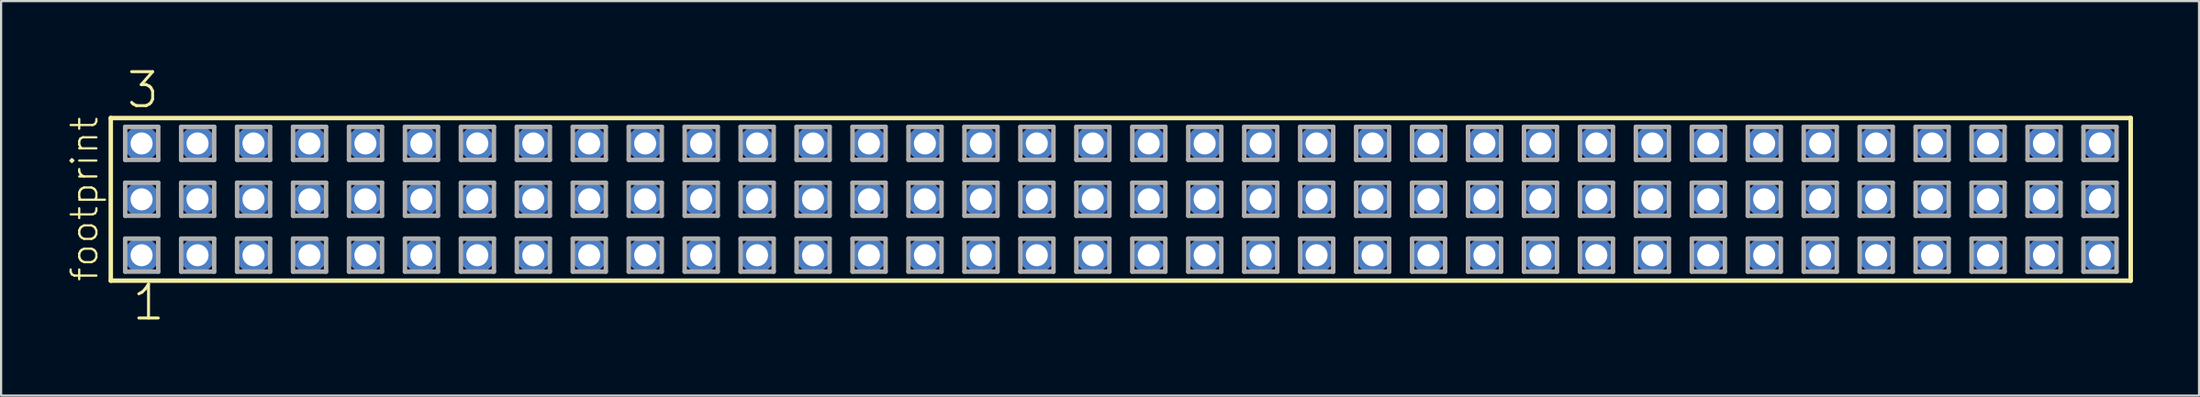
<source format=kicad_pcb>
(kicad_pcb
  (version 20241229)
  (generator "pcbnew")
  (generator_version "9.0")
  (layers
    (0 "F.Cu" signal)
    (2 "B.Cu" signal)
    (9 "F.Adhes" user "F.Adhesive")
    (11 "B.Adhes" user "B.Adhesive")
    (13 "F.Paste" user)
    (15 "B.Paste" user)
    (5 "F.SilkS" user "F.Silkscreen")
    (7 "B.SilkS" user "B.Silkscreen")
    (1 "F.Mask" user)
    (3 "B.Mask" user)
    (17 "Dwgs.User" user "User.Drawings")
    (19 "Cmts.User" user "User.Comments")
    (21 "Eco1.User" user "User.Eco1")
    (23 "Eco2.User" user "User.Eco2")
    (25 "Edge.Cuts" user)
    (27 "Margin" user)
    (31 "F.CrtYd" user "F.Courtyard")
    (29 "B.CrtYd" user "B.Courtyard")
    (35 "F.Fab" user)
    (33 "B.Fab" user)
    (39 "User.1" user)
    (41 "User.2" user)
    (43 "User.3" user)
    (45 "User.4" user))
  (footprint "footprint"
    (layer "F.Cu")
    (at 47.828 6.009)
    (property "Reference" "footprint" (at -46.355 3.81 90) (layer "F.SilkS") (effects (font (size 1.168 1.168) (thickness 0.102)) (justify left bottom)))
    (fp_line (start -45.849 -3.695) (end 45.849 -3.695) (stroke (width 0.203) (type solid)) (layer "F.SilkS"))
    (fp_line (start -45.849 3.695) (end -45.849 -3.695) (stroke (width 0.203) (type solid)) (layer "F.SilkS"))
    (fp_line (start 45.849 -3.695) (end 45.849 3.695) (stroke (width 0.203) (type solid)) (layer "F.SilkS"))
    (fp_line (start 45.849 3.695) (end -45.849 3.695) (stroke (width 0.203) (type solid)) (layer "F.SilkS"))
    (fp_line (start -45.195 -3.295) (end -43.695 -3.295) (stroke (width 0.203) (type solid)) (layer "F.Fab"))
    (fp_line (start -45.195 -1.795) (end -45.195 -3.295) (stroke (width 0.203) (type solid)) (layer "F.Fab"))
    (fp_line (start -45.195 -0.755) (end -43.695 -0.755) (stroke (width 0.203) (type solid)) (layer "F.Fab"))
    (fp_line (start -45.195 0.745) (end -45.195 -0.755) (stroke (width 0.203) (type solid)) (layer "F.Fab"))
    (fp_line (start -45.195 1.785) (end -43.695 1.785) (stroke (width 0.203) (type solid)) (layer "F.Fab"))
    (fp_line (start -45.195 3.285) (end -45.195 1.785) (stroke (width 0.203) (type solid)) (layer "F.Fab"))
    (fp_line (start -43.695 -3.295) (end -43.695 -1.795) (stroke (width 0.203) (type solid)) (layer "F.Fab"))
    (fp_line (start -43.695 -1.795) (end -45.195 -1.795) (stroke (width 0.203) (type solid)) (layer "F.Fab"))
    (fp_line (start -43.695 -0.755) (end -43.695 0.745) (stroke (width 0.203) (type solid)) (layer "F.Fab"))
    (fp_line (start -43.695 0.745) (end -45.195 0.745) (stroke (width 0.203) (type solid)) (layer "F.Fab"))
    (fp_line (start -43.695 1.785) (end -43.695 3.285) (stroke (width 0.203) (type solid)) (layer "F.Fab"))
    (fp_line (start -43.695 3.285) (end -45.195 3.285) (stroke (width 0.203) (type solid)) (layer "F.Fab"))
    (fp_line (start -42.655 -3.295) (end -41.155 -3.295) (stroke (width 0.203) (type solid)) (layer "F.Fab"))
    (fp_line (start -42.655 -1.795) (end -42.655 -3.295) (stroke (width 0.203) (type solid)) (layer "F.Fab"))
    (fp_line (start -42.655 -0.755) (end -41.155 -0.755) (stroke (width 0.203) (type solid)) (layer "F.Fab"))
    (fp_line (start -42.655 0.745) (end -42.655 -0.755) (stroke (width 0.203) (type solid)) (layer "F.Fab"))
    (fp_line (start -42.655 1.785) (end -41.155 1.785) (stroke (width 0.203) (type solid)) (layer "F.Fab"))
    (fp_line (start -42.655 3.285) (end -42.655 1.785) (stroke (width 0.203) (type solid)) (layer "F.Fab"))
    (fp_line (start -41.155 -3.295) (end -41.155 -1.795) (stroke (width 0.203) (type solid)) (layer "F.Fab"))
    (fp_line (start -41.155 -1.795) (end -42.655 -1.795) (stroke (width 0.203) (type solid)) (layer "F.Fab"))
    (fp_line (start -41.155 -0.755) (end -41.155 0.745) (stroke (width 0.203) (type solid)) (layer "F.Fab"))
    (fp_line (start -41.155 0.745) (end -42.655 0.745) (stroke (width 0.203) (type solid)) (layer "F.Fab"))
    (fp_line (start -41.155 1.785) (end -41.155 3.285) (stroke (width 0.203) (type solid)) (layer "F.Fab"))
    (fp_line (start -41.155 3.285) (end -42.655 3.285) (stroke (width 0.203) (type solid)) (layer "F.Fab"))
    (fp_line (start -40.115 -3.295) (end -38.615 -3.295) (stroke (width 0.203) (type solid)) (layer "F.Fab"))
    (fp_line (start -40.115 -1.795) (end -40.115 -3.295) (stroke (width 0.203) (type solid)) (layer "F.Fab"))
    (fp_line (start -40.115 -0.755) (end -38.615 -0.755) (stroke (width 0.203) (type solid)) (layer "F.Fab"))
    (fp_line (start -40.115 0.745) (end -40.115 -0.755) (stroke (width 0.203) (type solid)) (layer "F.Fab"))
    (fp_line (start -40.115 1.785) (end -38.615 1.785) (stroke (width 0.203) (type solid)) (layer "F.Fab"))
    (fp_line (start -40.115 3.285) (end -40.115 1.785) (stroke (width 0.203) (type solid)) (layer "F.Fab"))
    (fp_line (start -38.615 -3.295) (end -38.615 -1.795) (stroke (width 0.203) (type solid)) (layer "F.Fab"))
    (fp_line (start -38.615 -1.795) (end -40.115 -1.795) (stroke (width 0.203) (type solid)) (layer "F.Fab"))
    (fp_line (start -38.615 -0.755) (end -38.615 0.745) (stroke (width 0.203) (type solid)) (layer "F.Fab"))
    (fp_line (start -38.615 0.745) (end -40.115 0.745) (stroke (width 0.203) (type solid)) (layer "F.Fab"))
    (fp_line (start -38.615 1.785) (end -38.615 3.285) (stroke (width 0.203) (type solid)) (layer "F.Fab"))
    (fp_line (start -38.615 3.285) (end -40.115 3.285) (stroke (width 0.203) (type solid)) (layer "F.Fab"))
    (fp_line (start -37.575 -3.295) (end -36.075 -3.295) (stroke (width 0.203) (type solid)) (layer "F.Fab"))
    (fp_line (start -37.575 -1.795) (end -37.575 -3.295) (stroke (width 0.203) (type solid)) (layer "F.Fab"))
    (fp_line (start -37.575 -0.755) (end -36.075 -0.755) (stroke (width 0.203) (type solid)) (layer "F.Fab"))
    (fp_line (start -37.575 0.745) (end -37.575 -0.755) (stroke (width 0.203) (type solid)) (layer "F.Fab"))
    (fp_line (start -37.575 1.785) (end -36.075 1.785) (stroke (width 0.203) (type solid)) (layer "F.Fab"))
    (fp_line (start -37.575 3.285) (end -37.575 1.785) (stroke (width 0.203) (type solid)) (layer "F.Fab"))
    (fp_line (start -36.075 -3.295) (end -36.075 -1.795) (stroke (width 0.203) (type solid)) (layer "F.Fab"))
    (fp_line (start -36.075 -1.795) (end -37.575 -1.795) (stroke (width 0.203) (type solid)) (layer "F.Fab"))
    (fp_line (start -36.075 -0.755) (end -36.075 0.745) (stroke (width 0.203) (type solid)) (layer "F.Fab"))
    (fp_line (start -36.075 0.745) (end -37.575 0.745) (stroke (width 0.203) (type solid)) (layer "F.Fab"))
    (fp_line (start -36.075 1.785) (end -36.075 3.285) (stroke (width 0.203) (type solid)) (layer "F.Fab"))
    (fp_line (start -36.075 3.285) (end -37.575 3.285) (stroke (width 0.203) (type solid)) (layer "F.Fab"))
    (fp_line (start -35.035 -3.295) (end -33.535 -3.295) (stroke (width 0.203) (type solid)) (layer "F.Fab"))
    (fp_line (start -35.035 -1.795) (end -35.035 -3.295) (stroke (width 0.203) (type solid)) (layer "F.Fab"))
    (fp_line (start -35.035 -0.755) (end -33.535 -0.755) (stroke (width 0.203) (type solid)) (layer "F.Fab"))
    (fp_line (start -35.035 0.745) (end -35.035 -0.755) (stroke (width 0.203) (type solid)) (layer "F.Fab"))
    (fp_line (start -35.035 1.785) (end -33.535 1.785) (stroke (width 0.203) (type solid)) (layer "F.Fab"))
    (fp_line (start -35.035 3.285) (end -35.035 1.785) (stroke (width 0.203) (type solid)) (layer "F.Fab"))
    (fp_line (start -33.535 -3.295) (end -33.535 -1.795) (stroke (width 0.203) (type solid)) (layer "F.Fab"))
    (fp_line (start -33.535 -1.795) (end -35.035 -1.795) (stroke (width 0.203) (type solid)) (layer "F.Fab"))
    (fp_line (start -33.535 -0.755) (end -33.535 0.745) (stroke (width 0.203) (type solid)) (layer "F.Fab"))
    (fp_line (start -33.535 0.745) (end -35.035 0.745) (stroke (width 0.203) (type solid)) (layer "F.Fab"))
    (fp_line (start -33.535 1.785) (end -33.535 3.285) (stroke (width 0.203) (type solid)) (layer "F.Fab"))
    (fp_line (start -33.535 3.285) (end -35.035 3.285) (stroke (width 0.203) (type solid)) (layer "F.Fab"))
    (fp_line (start -32.495 -3.295) (end -30.995 -3.295) (stroke (width 0.203) (type solid)) (layer "F.Fab"))
    (fp_line (start -32.495 -1.795) (end -32.495 -3.295) (stroke (width 0.203) (type solid)) (layer "F.Fab"))
    (fp_line (start -32.495 -0.755) (end -30.995 -0.755) (stroke (width 0.203) (type solid)) (layer "F.Fab"))
    (fp_line (start -32.495 0.745) (end -32.495 -0.755) (stroke (width 0.203) (type solid)) (layer "F.Fab"))
    (fp_line (start -32.495 1.785) (end -30.995 1.785) (stroke (width 0.203) (type solid)) (layer "F.Fab"))
    (fp_line (start -32.495 3.285) (end -32.495 1.785) (stroke (width 0.203) (type solid)) (layer "F.Fab"))
    (fp_line (start -30.995 -3.295) (end -30.995 -1.795) (stroke (width 0.203) (type solid)) (layer "F.Fab"))
    (fp_line (start -30.995 -1.795) (end -32.495 -1.795) (stroke (width 0.203) (type solid)) (layer "F.Fab"))
    (fp_line (start -30.995 -0.755) (end -30.995 0.745) (stroke (width 0.203) (type solid)) (layer "F.Fab"))
    (fp_line (start -30.995 0.745) (end -32.495 0.745) (stroke (width 0.203) (type solid)) (layer "F.Fab"))
    (fp_line (start -30.995 1.785) (end -30.995 3.285) (stroke (width 0.203) (type solid)) (layer "F.Fab"))
    (fp_line (start -30.995 3.285) (end -32.495 3.285) (stroke (width 0.203) (type solid)) (layer "F.Fab"))
    (fp_line (start -29.955 -3.295) (end -28.455 -3.295) (stroke (width 0.203) (type solid)) (layer "F.Fab"))
    (fp_line (start -29.955 -1.795) (end -29.955 -3.295) (stroke (width 0.203) (type solid)) (layer "F.Fab"))
    (fp_line (start -29.955 -0.755) (end -28.455 -0.755) (stroke (width 0.203) (type solid)) (layer "F.Fab"))
    (fp_line (start -29.955 0.745) (end -29.955 -0.755) (stroke (width 0.203) (type solid)) (layer "F.Fab"))
    (fp_line (start -29.955 1.785) (end -28.455 1.785) (stroke (width 0.203) (type solid)) (layer "F.Fab"))
    (fp_line (start -29.955 3.285) (end -29.955 1.785) (stroke (width 0.203) (type solid)) (layer "F.Fab"))
    (fp_line (start -28.455 -3.295) (end -28.455 -1.795) (stroke (width 0.203) (type solid)) (layer "F.Fab"))
    (fp_line (start -28.455 -1.795) (end -29.955 -1.795) (stroke (width 0.203) (type solid)) (layer "F.Fab"))
    (fp_line (start -28.455 -0.755) (end -28.455 0.745) (stroke (width 0.203) (type solid)) (layer "F.Fab"))
    (fp_line (start -28.455 0.745) (end -29.955 0.745) (stroke (width 0.203) (type solid)) (layer "F.Fab"))
    (fp_line (start -28.455 1.785) (end -28.455 3.285) (stroke (width 0.203) (type solid)) (layer "F.Fab"))
    (fp_line (start -28.455 3.285) (end -29.955 3.285) (stroke (width 0.203) (type solid)) (layer "F.Fab"))
    (fp_line (start -27.415 -3.295) (end -25.915 -3.295) (stroke (width 0.203) (type solid)) (layer "F.Fab"))
    (fp_line (start -27.415 -1.795) (end -27.415 -3.295) (stroke (width 0.203) (type solid)) (layer "F.Fab"))
    (fp_line (start -27.415 -0.755) (end -25.915 -0.755) (stroke (width 0.203) (type solid)) (layer "F.Fab"))
    (fp_line (start -27.415 0.745) (end -27.415 -0.755) (stroke (width 0.203) (type solid)) (layer "F.Fab"))
    (fp_line (start -27.415 1.785) (end -25.915 1.785) (stroke (width 0.203) (type solid)) (layer "F.Fab"))
    (fp_line (start -27.415 3.285) (end -27.415 1.785) (stroke (width 0.203) (type solid)) (layer "F.Fab"))
    (fp_line (start -25.915 -3.295) (end -25.915 -1.795) (stroke (width 0.203) (type solid)) (layer "F.Fab"))
    (fp_line (start -25.915 -1.795) (end -27.415 -1.795) (stroke (width 0.203) (type solid)) (layer "F.Fab"))
    (fp_line (start -25.915 -0.755) (end -25.915 0.745) (stroke (width 0.203) (type solid)) (layer "F.Fab"))
    (fp_line (start -25.915 0.745) (end -27.415 0.745) (stroke (width 0.203) (type solid)) (layer "F.Fab"))
    (fp_line (start -25.915 1.785) (end -25.915 3.285) (stroke (width 0.203) (type solid)) (layer "F.Fab"))
    (fp_line (start -25.915 3.285) (end -27.415 3.285) (stroke (width 0.203) (type solid)) (layer "F.Fab"))
    (fp_line (start -24.875 -3.295) (end -23.375 -3.295) (stroke (width 0.203) (type solid)) (layer "F.Fab"))
    (fp_line (start -24.875 -1.795) (end -24.875 -3.295) (stroke (width 0.203) (type solid)) (layer "F.Fab"))
    (fp_line (start -24.875 -0.755) (end -23.375 -0.755) (stroke (width 0.203) (type solid)) (layer "F.Fab"))
    (fp_line (start -24.875 0.745) (end -24.875 -0.755) (stroke (width 0.203) (type solid)) (layer "F.Fab"))
    (fp_line (start -24.875 1.785) (end -23.375 1.785) (stroke (width 0.203) (type solid)) (layer "F.Fab"))
    (fp_line (start -24.875 3.285) (end -24.875 1.785) (stroke (width 0.203) (type solid)) (layer "F.Fab"))
    (fp_line (start -23.375 -3.295) (end -23.375 -1.795) (stroke (width 0.203) (type solid)) (layer "F.Fab"))
    (fp_line (start -23.375 -1.795) (end -24.875 -1.795) (stroke (width 0.203) (type solid)) (layer "F.Fab"))
    (fp_line (start -23.375 -0.755) (end -23.375 0.745) (stroke (width 0.203) (type solid)) (layer "F.Fab"))
    (fp_line (start -23.375 0.745) (end -24.875 0.745) (stroke (width 0.203) (type solid)) (layer "F.Fab"))
    (fp_line (start -23.375 1.785) (end -23.375 3.285) (stroke (width 0.203) (type solid)) (layer "F.Fab"))
    (fp_line (start -23.375 3.285) (end -24.875 3.285) (stroke (width 0.203) (type solid)) (layer "F.Fab"))
    (fp_line (start -22.335 -3.295) (end -20.835 -3.295) (stroke (width 0.203) (type solid)) (layer "F.Fab"))
    (fp_line (start -22.335 -1.795) (end -22.335 -3.295) (stroke (width 0.203) (type solid)) (layer "F.Fab"))
    (fp_line (start -22.335 -0.755) (end -20.835 -0.755) (stroke (width 0.203) (type solid)) (layer "F.Fab"))
    (fp_line (start -22.335 0.745) (end -22.335 -0.755) (stroke (width 0.203) (type solid)) (layer "F.Fab"))
    (fp_line (start -22.335 1.785) (end -20.835 1.785) (stroke (width 0.203) (type solid)) (layer "F.Fab"))
    (fp_line (start -22.335 3.285) (end -22.335 1.785) (stroke (width 0.203) (type solid)) (layer "F.Fab"))
    (fp_line (start -20.835 -3.295) (end -20.835 -1.795) (stroke (width 0.203) (type solid)) (layer "F.Fab"))
    (fp_line (start -20.835 -1.795) (end -22.335 -1.795) (stroke (width 0.203) (type solid)) (layer "F.Fab"))
    (fp_line (start -20.835 -0.755) (end -20.835 0.745) (stroke (width 0.203) (type solid)) (layer "F.Fab"))
    (fp_line (start -20.835 0.745) (end -22.335 0.745) (stroke (width 0.203) (type solid)) (layer "F.Fab"))
    (fp_line (start -20.835 1.785) (end -20.835 3.285) (stroke (width 0.203) (type solid)) (layer "F.Fab"))
    (fp_line (start -20.835 3.285) (end -22.335 3.285) (stroke (width 0.203) (type solid)) (layer "F.Fab"))
    (fp_line (start -19.795 -3.295) (end -18.295 -3.295) (stroke (width 0.203) (type solid)) (layer "F.Fab"))
    (fp_line (start -19.795 -1.795) (end -19.795 -3.295) (stroke (width 0.203) (type solid)) (layer "F.Fab"))
    (fp_line (start -19.795 -0.755) (end -18.295 -0.755) (stroke (width 0.203) (type solid)) (layer "F.Fab"))
    (fp_line (start -19.795 0.745) (end -19.795 -0.755) (stroke (width 0.203) (type solid)) (layer "F.Fab"))
    (fp_line (start -19.795 1.785) (end -18.295 1.785) (stroke (width 0.203) (type solid)) (layer "F.Fab"))
    (fp_line (start -19.795 3.285) (end -19.795 1.785) (stroke (width 0.203) (type solid)) (layer "F.Fab"))
    (fp_line (start -18.295 -3.295) (end -18.295 -1.795) (stroke (width 0.203) (type solid)) (layer "F.Fab"))
    (fp_line (start -18.295 -1.795) (end -19.795 -1.795) (stroke (width 0.203) (type solid)) (layer "F.Fab"))
    (fp_line (start -18.295 -0.755) (end -18.295 0.745) (stroke (width 0.203) (type solid)) (layer "F.Fab"))
    (fp_line (start -18.295 0.745) (end -19.795 0.745) (stroke (width 0.203) (type solid)) (layer "F.Fab"))
    (fp_line (start -18.295 1.785) (end -18.295 3.285) (stroke (width 0.203) (type solid)) (layer "F.Fab"))
    (fp_line (start -18.295 3.285) (end -19.795 3.285) (stroke (width 0.203) (type solid)) (layer "F.Fab"))
    (fp_line (start -17.255 -3.295) (end -15.755 -3.295) (stroke (width 0.203) (type solid)) (layer "F.Fab"))
    (fp_line (start -17.255 -1.795) (end -17.255 -3.295) (stroke (width 0.203) (type solid)) (layer "F.Fab"))
    (fp_line (start -17.255 -0.755) (end -15.755 -0.755) (stroke (width 0.203) (type solid)) (layer "F.Fab"))
    (fp_line (start -17.255 0.745) (end -17.255 -0.755) (stroke (width 0.203) (type solid)) (layer "F.Fab"))
    (fp_line (start -17.255 1.785) (end -15.755 1.785) (stroke (width 0.203) (type solid)) (layer "F.Fab"))
    (fp_line (start -17.255 3.285) (end -17.255 1.785) (stroke (width 0.203) (type solid)) (layer "F.Fab"))
    (fp_line (start -15.755 -3.295) (end -15.755 -1.795) (stroke (width 0.203) (type solid)) (layer "F.Fab"))
    (fp_line (start -15.755 -1.795) (end -17.255 -1.795) (stroke (width 0.203) (type solid)) (layer "F.Fab"))
    (fp_line (start -15.755 -0.755) (end -15.755 0.745) (stroke (width 0.203) (type solid)) (layer "F.Fab"))
    (fp_line (start -15.755 0.745) (end -17.255 0.745) (stroke (width 0.203) (type solid)) (layer "F.Fab"))
    (fp_line (start -15.755 1.785) (end -15.755 3.285) (stroke (width 0.203) (type solid)) (layer "F.Fab"))
    (fp_line (start -15.755 3.285) (end -17.255 3.285) (stroke (width 0.203) (type solid)) (layer "F.Fab"))
    (fp_line (start -14.715 -3.295) (end -13.215 -3.295) (stroke (width 0.203) (type solid)) (layer "F.Fab"))
    (fp_line (start -14.715 -1.795) (end -14.715 -3.295) (stroke (width 0.203) (type solid)) (layer "F.Fab"))
    (fp_line (start -14.715 -0.755) (end -13.215 -0.755) (stroke (width 0.203) (type solid)) (layer "F.Fab"))
    (fp_line (start -14.715 0.745) (end -14.715 -0.755) (stroke (width 0.203) (type solid)) (layer "F.Fab"))
    (fp_line (start -14.715 1.785) (end -13.215 1.785) (stroke (width 0.203) (type solid)) (layer "F.Fab"))
    (fp_line (start -14.715 3.285) (end -14.715 1.785) (stroke (width 0.203) (type solid)) (layer "F.Fab"))
    (fp_line (start -13.215 -3.295) (end -13.215 -1.795) (stroke (width 0.203) (type solid)) (layer "F.Fab"))
    (fp_line (start -13.215 -1.795) (end -14.715 -1.795) (stroke (width 0.203) (type solid)) (layer "F.Fab"))
    (fp_line (start -13.215 -0.755) (end -13.215 0.745) (stroke (width 0.203) (type solid)) (layer "F.Fab"))
    (fp_line (start -13.215 0.745) (end -14.715 0.745) (stroke (width 0.203) (type solid)) (layer "F.Fab"))
    (fp_line (start -13.215 1.785) (end -13.215 3.285) (stroke (width 0.203) (type solid)) (layer "F.Fab"))
    (fp_line (start -13.215 3.285) (end -14.715 3.285) (stroke (width 0.203) (type solid)) (layer "F.Fab"))
    (fp_line (start -12.175 -3.295) (end -10.675 -3.295) (stroke (width 0.203) (type solid)) (layer "F.Fab"))
    (fp_line (start -12.175 -1.795) (end -12.175 -3.295) (stroke (width 0.203) (type solid)) (layer "F.Fab"))
    (fp_line (start -12.175 -0.755) (end -10.675 -0.755) (stroke (width 0.203) (type solid)) (layer "F.Fab"))
    (fp_line (start -12.175 0.745) (end -12.175 -0.755) (stroke (width 0.203) (type solid)) (layer "F.Fab"))
    (fp_line (start -12.175 1.785) (end -10.675 1.785) (stroke (width 0.203) (type solid)) (layer "F.Fab"))
    (fp_line (start -12.175 3.285) (end -12.175 1.785) (stroke (width 0.203) (type solid)) (layer "F.Fab"))
    (fp_line (start -10.675 -3.295) (end -10.675 -1.795) (stroke (width 0.203) (type solid)) (layer "F.Fab"))
    (fp_line (start -10.675 -1.795) (end -12.175 -1.795) (stroke (width 0.203) (type solid)) (layer "F.Fab"))
    (fp_line (start -10.675 -0.755) (end -10.675 0.745) (stroke (width 0.203) (type solid)) (layer "F.Fab"))
    (fp_line (start -10.675 0.745) (end -12.175 0.745) (stroke (width 0.203) (type solid)) (layer "F.Fab"))
    (fp_line (start -10.675 1.785) (end -10.675 3.285) (stroke (width 0.203) (type solid)) (layer "F.Fab"))
    (fp_line (start -10.675 3.285) (end -12.175 3.285) (stroke (width 0.203) (type solid)) (layer "F.Fab"))
    (fp_line (start -9.635 -3.295) (end -8.135 -3.295) (stroke (width 0.203) (type solid)) (layer "F.Fab"))
    (fp_line (start -9.635 -1.795) (end -9.635 -3.295) (stroke (width 0.203) (type solid)) (layer "F.Fab"))
    (fp_line (start -9.635 -0.755) (end -8.135 -0.755) (stroke (width 0.203) (type solid)) (layer "F.Fab"))
    (fp_line (start -9.635 0.745) (end -9.635 -0.755) (stroke (width 0.203) (type solid)) (layer "F.Fab"))
    (fp_line (start -9.635 1.785) (end -8.135 1.785) (stroke (width 0.203) (type solid)) (layer "F.Fab"))
    (fp_line (start -9.635 3.285) (end -9.635 1.785) (stroke (width 0.203) (type solid)) (layer "F.Fab"))
    (fp_line (start -8.135 -3.295) (end -8.135 -1.795) (stroke (width 0.203) (type solid)) (layer "F.Fab"))
    (fp_line (start -8.135 -1.795) (end -9.635 -1.795) (stroke (width 0.203) (type solid)) (layer "F.Fab"))
    (fp_line (start -8.135 -0.755) (end -8.135 0.745) (stroke (width 0.203) (type solid)) (layer "F.Fab"))
    (fp_line (start -8.135 0.745) (end -9.635 0.745) (stroke (width 0.203) (type solid)) (layer "F.Fab"))
    (fp_line (start -8.135 1.785) (end -8.135 3.285) (stroke (width 0.203) (type solid)) (layer "F.Fab"))
    (fp_line (start -8.135 3.285) (end -9.635 3.285) (stroke (width 0.203) (type solid)) (layer "F.Fab"))
    (fp_line (start -7.095 -3.295) (end -5.595 -3.295) (stroke (width 0.203) (type solid)) (layer "F.Fab"))
    (fp_line (start -7.095 -1.795) (end -7.095 -3.295) (stroke (width 0.203) (type solid)) (layer "F.Fab"))
    (fp_line (start -7.095 -0.755) (end -5.595 -0.755) (stroke (width 0.203) (type solid)) (layer "F.Fab"))
    (fp_line (start -7.095 0.745) (end -7.095 -0.755) (stroke (width 0.203) (type solid)) (layer "F.Fab"))
    (fp_line (start -7.095 1.785) (end -5.595 1.785) (stroke (width 0.203) (type solid)) (layer "F.Fab"))
    (fp_line (start -7.095 3.285) (end -7.095 1.785) (stroke (width 0.203) (type solid)) (layer "F.Fab"))
    (fp_line (start -5.595 -3.295) (end -5.595 -1.795) (stroke (width 0.203) (type solid)) (layer "F.Fab"))
    (fp_line (start -5.595 -1.795) (end -7.095 -1.795) (stroke (width 0.203) (type solid)) (layer "F.Fab"))
    (fp_line (start -5.595 -0.755) (end -5.595 0.745) (stroke (width 0.203) (type solid)) (layer "F.Fab"))
    (fp_line (start -5.595 0.745) (end -7.095 0.745) (stroke (width 0.203) (type solid)) (layer "F.Fab"))
    (fp_line (start -5.595 1.785) (end -5.595 3.285) (stroke (width 0.203) (type solid)) (layer "F.Fab"))
    (fp_line (start -5.595 3.285) (end -7.095 3.285) (stroke (width 0.203) (type solid)) (layer "F.Fab"))
    (fp_line (start -4.555 -3.295) (end -3.055 -3.295) (stroke (width 0.203) (type solid)) (layer "F.Fab"))
    (fp_line (start -4.555 -1.795) (end -4.555 -3.295) (stroke (width 0.203) (type solid)) (layer "F.Fab"))
    (fp_line (start -4.555 -0.755) (end -3.055 -0.755) (stroke (width 0.203) (type solid)) (layer "F.Fab"))
    (fp_line (start -4.555 0.745) (end -4.555 -0.755) (stroke (width 0.203) (type solid)) (layer "F.Fab"))
    (fp_line (start -4.555 1.785) (end -3.055 1.785) (stroke (width 0.203) (type solid)) (layer "F.Fab"))
    (fp_line (start -4.555 3.285) (end -4.555 1.785) (stroke (width 0.203) (type solid)) (layer "F.Fab"))
    (fp_line (start -3.055 -3.295) (end -3.055 -1.795) (stroke (width 0.203) (type solid)) (layer "F.Fab"))
    (fp_line (start -3.055 -1.795) (end -4.555 -1.795) (stroke (width 0.203) (type solid)) (layer "F.Fab"))
    (fp_line (start -3.055 -0.755) (end -3.055 0.745) (stroke (width 0.203) (type solid)) (layer "F.Fab"))
    (fp_line (start -3.055 0.745) (end -4.555 0.745) (stroke (width 0.203) (type solid)) (layer "F.Fab"))
    (fp_line (start -3.055 1.785) (end -3.055 3.285) (stroke (width 0.203) (type solid)) (layer "F.Fab"))
    (fp_line (start -3.055 3.285) (end -4.555 3.285) (stroke (width 0.203) (type solid)) (layer "F.Fab"))
    (fp_line (start -2.015 -3.295) (end -0.515 -3.295) (stroke (width 0.203) (type solid)) (layer "F.Fab"))
    (fp_line (start -2.015 -1.795) (end -2.015 -3.295) (stroke (width 0.203) (type solid)) (layer "F.Fab"))
    (fp_line (start -2.015 -0.755) (end -0.515 -0.755) (stroke (width 0.203) (type solid)) (layer "F.Fab"))
    (fp_line (start -2.015 0.745) (end -2.015 -0.755) (stroke (width 0.203) (type solid)) (layer "F.Fab"))
    (fp_line (start -2.015 1.785) (end -0.515 1.785) (stroke (width 0.203) (type solid)) (layer "F.Fab"))
    (fp_line (start -2.015 3.285) (end -2.015 1.785) (stroke (width 0.203) (type solid)) (layer "F.Fab"))
    (fp_line (start -0.515 -3.295) (end -0.515 -1.795) (stroke (width 0.203) (type solid)) (layer "F.Fab"))
    (fp_line (start -0.515 -1.795) (end -2.015 -1.795) (stroke (width 0.203) (type solid)) (layer "F.Fab"))
    (fp_line (start -0.515 -0.755) (end -0.515 0.745) (stroke (width 0.203) (type solid)) (layer "F.Fab"))
    (fp_line (start -0.515 0.745) (end -2.015 0.745) (stroke (width 0.203) (type solid)) (layer "F.Fab"))
    (fp_line (start -0.515 1.785) (end -0.515 3.285) (stroke (width 0.203) (type solid)) (layer "F.Fab"))
    (fp_line (start -0.515 3.285) (end -2.015 3.285) (stroke (width 0.203) (type solid)) (layer "F.Fab"))
    (fp_line (start 0.525 -3.295) (end 2.025 -3.295) (stroke (width 0.203) (type solid)) (layer "F.Fab"))
    (fp_line (start 0.525 -1.795) (end 0.525 -3.295) (stroke (width 0.203) (type solid)) (layer "F.Fab"))
    (fp_line (start 0.525 -0.755) (end 2.025 -0.755) (stroke (width 0.203) (type solid)) (layer "F.Fab"))
    (fp_line (start 0.525 0.745) (end 0.525 -0.755) (stroke (width 0.203) (type solid)) (layer "F.Fab"))
    (fp_line (start 0.525 1.785) (end 2.025 1.785) (stroke (width 0.203) (type solid)) (layer "F.Fab"))
    (fp_line (start 0.525 3.285) (end 0.525 1.785) (stroke (width 0.203) (type solid)) (layer "F.Fab"))
    (fp_line (start 2.025 -3.295) (end 2.025 -1.795) (stroke (width 0.203) (type solid)) (layer "F.Fab"))
    (fp_line (start 2.025 -1.795) (end 0.525 -1.795) (stroke (width 0.203) (type solid)) (layer "F.Fab"))
    (fp_line (start 2.025 -0.755) (end 2.025 0.745) (stroke (width 0.203) (type solid)) (layer "F.Fab"))
    (fp_line (start 2.025 0.745) (end 0.525 0.745) (stroke (width 0.203) (type solid)) (layer "F.Fab"))
    (fp_line (start 2.025 1.785) (end 2.025 3.285) (stroke (width 0.203) (type solid)) (layer "F.Fab"))
    (fp_line (start 2.025 3.285) (end 0.525 3.285) (stroke (width 0.203) (type solid)) (layer "F.Fab"))
    (fp_line (start 3.065 -3.295) (end 4.565 -3.295) (stroke (width 0.203) (type solid)) (layer "F.Fab"))
    (fp_line (start 3.065 -1.795) (end 3.065 -3.295) (stroke (width 0.203) (type solid)) (layer "F.Fab"))
    (fp_line (start 3.065 -0.755) (end 4.565 -0.755) (stroke (width 0.203) (type solid)) (layer "F.Fab"))
    (fp_line (start 3.065 0.745) (end 3.065 -0.755) (stroke (width 0.203) (type solid)) (layer "F.Fab"))
    (fp_line (start 3.065 1.785) (end 4.565 1.785) (stroke (width 0.203) (type solid)) (layer "F.Fab"))
    (fp_line (start 3.065 3.285) (end 3.065 1.785) (stroke (width 0.203) (type solid)) (layer "F.Fab"))
    (fp_line (start 4.565 -3.295) (end 4.565 -1.795) (stroke (width 0.203) (type solid)) (layer "F.Fab"))
    (fp_line (start 4.565 -1.795) (end 3.065 -1.795) (stroke (width 0.203) (type solid)) (layer "F.Fab"))
    (fp_line (start 4.565 -0.755) (end 4.565 0.745) (stroke (width 0.203) (type solid)) (layer "F.Fab"))
    (fp_line (start 4.565 0.745) (end 3.065 0.745) (stroke (width 0.203) (type solid)) (layer "F.Fab"))
    (fp_line (start 4.565 1.785) (end 4.565 3.285) (stroke (width 0.203) (type solid)) (layer "F.Fab"))
    (fp_line (start 4.565 3.285) (end 3.065 3.285) (stroke (width 0.203) (type solid)) (layer "F.Fab"))
    (fp_line (start 5.605 -3.295) (end 7.105 -3.295) (stroke (width 0.203) (type solid)) (layer "F.Fab"))
    (fp_line (start 5.605 -1.795) (end 5.605 -3.295) (stroke (width 0.203) (type solid)) (layer "F.Fab"))
    (fp_line (start 5.605 -0.755) (end 7.105 -0.755) (stroke (width 0.203) (type solid)) (layer "F.Fab"))
    (fp_line (start 5.605 0.745) (end 5.605 -0.755) (stroke (width 0.203) (type solid)) (layer "F.Fab"))
    (fp_line (start 5.605 1.785) (end 7.105 1.785) (stroke (width 0.203) (type solid)) (layer "F.Fab"))
    (fp_line (start 5.605 3.285) (end 5.605 1.785) (stroke (width 0.203) (type solid)) (layer "F.Fab"))
    (fp_line (start 7.105 -3.295) (end 7.105 -1.795) (stroke (width 0.203) (type solid)) (layer "F.Fab"))
    (fp_line (start 7.105 -1.795) (end 5.605 -1.795) (stroke (width 0.203) (type solid)) (layer "F.Fab"))
    (fp_line (start 7.105 -0.755) (end 7.105 0.745) (stroke (width 0.203) (type solid)) (layer "F.Fab"))
    (fp_line (start 7.105 0.745) (end 5.605 0.745) (stroke (width 0.203) (type solid)) (layer "F.Fab"))
    (fp_line (start 7.105 1.785) (end 7.105 3.285) (stroke (width 0.203) (type solid)) (layer "F.Fab"))
    (fp_line (start 7.105 3.285) (end 5.605 3.285) (stroke (width 0.203) (type solid)) (layer "F.Fab"))
    (fp_line (start 8.145 -3.295) (end 9.645 -3.295) (stroke (width 0.203) (type solid)) (layer "F.Fab"))
    (fp_line (start 8.145 -1.795) (end 8.145 -3.295) (stroke (width 0.203) (type solid)) (layer "F.Fab"))
    (fp_line (start 8.145 -0.755) (end 9.645 -0.755) (stroke (width 0.203) (type solid)) (layer "F.Fab"))
    (fp_line (start 8.145 0.745) (end 8.145 -0.755) (stroke (width 0.203) (type solid)) (layer "F.Fab"))
    (fp_line (start 8.145 1.785) (end 9.645 1.785) (stroke (width 0.203) (type solid)) (layer "F.Fab"))
    (fp_line (start 8.145 3.285) (end 8.145 1.785) (stroke (width 0.203) (type solid)) (layer "F.Fab"))
    (fp_line (start 9.645 -3.295) (end 9.645 -1.795) (stroke (width 0.203) (type solid)) (layer "F.Fab"))
    (fp_line (start 9.645 -1.795) (end 8.145 -1.795) (stroke (width 0.203) (type solid)) (layer "F.Fab"))
    (fp_line (start 9.645 -0.755) (end 9.645 0.745) (stroke (width 0.203) (type solid)) (layer "F.Fab"))
    (fp_line (start 9.645 0.745) (end 8.145 0.745) (stroke (width 0.203) (type solid)) (layer "F.Fab"))
    (fp_line (start 9.645 1.785) (end 9.645 3.285) (stroke (width 0.203) (type solid)) (layer "F.Fab"))
    (fp_line (start 9.645 3.285) (end 8.145 3.285) (stroke (width 0.203) (type solid)) (layer "F.Fab"))
    (fp_line (start 10.685 -3.295) (end 12.185 -3.295) (stroke (width 0.203) (type solid)) (layer "F.Fab"))
    (fp_line (start 10.685 -1.795) (end 10.685 -3.295) (stroke (width 0.203) (type solid)) (layer "F.Fab"))
    (fp_line (start 10.685 -0.755) (end 12.185 -0.755) (stroke (width 0.203) (type solid)) (layer "F.Fab"))
    (fp_line (start 10.685 0.745) (end 10.685 -0.755) (stroke (width 0.203) (type solid)) (layer "F.Fab"))
    (fp_line (start 10.685 1.785) (end 12.185 1.785) (stroke (width 0.203) (type solid)) (layer "F.Fab"))
    (fp_line (start 10.685 3.285) (end 10.685 1.785) (stroke (width 0.203) (type solid)) (layer "F.Fab"))
    (fp_line (start 12.185 -3.295) (end 12.185 -1.795) (stroke (width 0.203) (type solid)) (layer "F.Fab"))
    (fp_line (start 12.185 -1.795) (end 10.685 -1.795) (stroke (width 0.203) (type solid)) (layer "F.Fab"))
    (fp_line (start 12.185 -0.755) (end 12.185 0.745) (stroke (width 0.203) (type solid)) (layer "F.Fab"))
    (fp_line (start 12.185 0.745) (end 10.685 0.745) (stroke (width 0.203) (type solid)) (layer "F.Fab"))
    (fp_line (start 12.185 1.785) (end 12.185 3.285) (stroke (width 0.203) (type solid)) (layer "F.Fab"))
    (fp_line (start 12.185 3.285) (end 10.685 3.285) (stroke (width 0.203) (type solid)) (layer "F.Fab"))
    (fp_line (start 13.225 -3.295) (end 14.725 -3.295) (stroke (width 0.203) (type solid)) (layer "F.Fab"))
    (fp_line (start 13.225 -1.795) (end 13.225 -3.295) (stroke (width 0.203) (type solid)) (layer "F.Fab"))
    (fp_line (start 13.225 -0.755) (end 14.725 -0.755) (stroke (width 0.203) (type solid)) (layer "F.Fab"))
    (fp_line (start 13.225 0.745) (end 13.225 -0.755) (stroke (width 0.203) (type solid)) (layer "F.Fab"))
    (fp_line (start 13.225 1.785) (end 14.725 1.785) (stroke (width 0.203) (type solid)) (layer "F.Fab"))
    (fp_line (start 13.225 3.285) (end 13.225 1.785) (stroke (width 0.203) (type solid)) (layer "F.Fab"))
    (fp_line (start 14.725 -3.295) (end 14.725 -1.795) (stroke (width 0.203) (type solid)) (layer "F.Fab"))
    (fp_line (start 14.725 -1.795) (end 13.225 -1.795) (stroke (width 0.203) (type solid)) (layer "F.Fab"))
    (fp_line (start 14.725 -0.755) (end 14.725 0.745) (stroke (width 0.203) (type solid)) (layer "F.Fab"))
    (fp_line (start 14.725 0.745) (end 13.225 0.745) (stroke (width 0.203) (type solid)) (layer "F.Fab"))
    (fp_line (start 14.725 1.785) (end 14.725 3.285) (stroke (width 0.203) (type solid)) (layer "F.Fab"))
    (fp_line (start 14.725 3.285) (end 13.225 3.285) (stroke (width 0.203) (type solid)) (layer "F.Fab"))
    (fp_line (start 15.765 -3.295) (end 17.265 -3.295) (stroke (width 0.203) (type solid)) (layer "F.Fab"))
    (fp_line (start 15.765 -1.795) (end 15.765 -3.295) (stroke (width 0.203) (type solid)) (layer "F.Fab"))
    (fp_line (start 15.765 -0.755) (end 17.265 -0.755) (stroke (width 0.203) (type solid)) (layer "F.Fab"))
    (fp_line (start 15.765 0.745) (end 15.765 -0.755) (stroke (width 0.203) (type solid)) (layer "F.Fab"))
    (fp_line (start 15.765 1.785) (end 17.265 1.785) (stroke (width 0.203) (type solid)) (layer "F.Fab"))
    (fp_line (start 15.765 3.285) (end 15.765 1.785) (stroke (width 0.203) (type solid)) (layer "F.Fab"))
    (fp_line (start 17.265 -3.295) (end 17.265 -1.795) (stroke (width 0.203) (type solid)) (layer "F.Fab"))
    (fp_line (start 17.265 -1.795) (end 15.765 -1.795) (stroke (width 0.203) (type solid)) (layer "F.Fab"))
    (fp_line (start 17.265 -0.755) (end 17.265 0.745) (stroke (width 0.203) (type solid)) (layer "F.Fab"))
    (fp_line (start 17.265 0.745) (end 15.765 0.745) (stroke (width 0.203) (type solid)) (layer "F.Fab"))
    (fp_line (start 17.265 1.785) (end 17.265 3.285) (stroke (width 0.203) (type solid)) (layer "F.Fab"))
    (fp_line (start 17.265 3.285) (end 15.765 3.285) (stroke (width 0.203) (type solid)) (layer "F.Fab"))
    (fp_line (start 18.305 -3.295) (end 19.805 -3.295) (stroke (width 0.203) (type solid)) (layer "F.Fab"))
    (fp_line (start 18.305 -1.795) (end 18.305 -3.295) (stroke (width 0.203) (type solid)) (layer "F.Fab"))
    (fp_line (start 18.305 -0.755) (end 19.805 -0.755) (stroke (width 0.203) (type solid)) (layer "F.Fab"))
    (fp_line (start 18.305 0.745) (end 18.305 -0.755) (stroke (width 0.203) (type solid)) (layer "F.Fab"))
    (fp_line (start 18.305 1.785) (end 19.805 1.785) (stroke (width 0.203) (type solid)) (layer "F.Fab"))
    (fp_line (start 18.305 3.285) (end 18.305 1.785) (stroke (width 0.203) (type solid)) (layer "F.Fab"))
    (fp_line (start 19.805 -3.295) (end 19.805 -1.795) (stroke (width 0.203) (type solid)) (layer "F.Fab"))
    (fp_line (start 19.805 -1.795) (end 18.305 -1.795) (stroke (width 0.203) (type solid)) (layer "F.Fab"))
    (fp_line (start 19.805 -0.755) (end 19.805 0.745) (stroke (width 0.203) (type solid)) (layer "F.Fab"))
    (fp_line (start 19.805 0.745) (end 18.305 0.745) (stroke (width 0.203) (type solid)) (layer "F.Fab"))
    (fp_line (start 19.805 1.785) (end 19.805 3.285) (stroke (width 0.203) (type solid)) (layer "F.Fab"))
    (fp_line (start 19.805 3.285) (end 18.305 3.285) (stroke (width 0.203) (type solid)) (layer "F.Fab"))
    (fp_line (start 20.845 -3.295) (end 22.345 -3.295) (stroke (width 0.203) (type solid)) (layer "F.Fab"))
    (fp_line (start 20.845 -1.795) (end 20.845 -3.295) (stroke (width 0.203) (type solid)) (layer "F.Fab"))
    (fp_line (start 20.845 -0.755) (end 22.345 -0.755) (stroke (width 0.203) (type solid)) (layer "F.Fab"))
    (fp_line (start 20.845 0.745) (end 20.845 -0.755) (stroke (width 0.203) (type solid)) (layer "F.Fab"))
    (fp_line (start 20.845 1.785) (end 22.345 1.785) (stroke (width 0.203) (type solid)) (layer "F.Fab"))
    (fp_line (start 20.845 3.285) (end 20.845 1.785) (stroke (width 0.203) (type solid)) (layer "F.Fab"))
    (fp_line (start 22.345 -3.295) (end 22.345 -1.795) (stroke (width 0.203) (type solid)) (layer "F.Fab"))
    (fp_line (start 22.345 -1.795) (end 20.845 -1.795) (stroke (width 0.203) (type solid)) (layer "F.Fab"))
    (fp_line (start 22.345 -0.755) (end 22.345 0.745) (stroke (width 0.203) (type solid)) (layer "F.Fab"))
    (fp_line (start 22.345 0.745) (end 20.845 0.745) (stroke (width 0.203) (type solid)) (layer "F.Fab"))
    (fp_line (start 22.345 1.785) (end 22.345 3.285) (stroke (width 0.203) (type solid)) (layer "F.Fab"))
    (fp_line (start 22.345 3.285) (end 20.845 3.285) (stroke (width 0.203) (type solid)) (layer "F.Fab"))
    (fp_line (start 23.385 -3.295) (end 24.885 -3.295) (stroke (width 0.203) (type solid)) (layer "F.Fab"))
    (fp_line (start 23.385 -1.795) (end 23.385 -3.295) (stroke (width 0.203) (type solid)) (layer "F.Fab"))
    (fp_line (start 23.385 -0.755) (end 24.885 -0.755) (stroke (width 0.203) (type solid)) (layer "F.Fab"))
    (fp_line (start 23.385 0.745) (end 23.385 -0.755) (stroke (width 0.203) (type solid)) (layer "F.Fab"))
    (fp_line (start 23.385 1.785) (end 24.885 1.785) (stroke (width 0.203) (type solid)) (layer "F.Fab"))
    (fp_line (start 23.385 3.285) (end 23.385 1.785) (stroke (width 0.203) (type solid)) (layer "F.Fab"))
    (fp_line (start 24.885 -3.295) (end 24.885 -1.795) (stroke (width 0.203) (type solid)) (layer "F.Fab"))
    (fp_line (start 24.885 -1.795) (end 23.385 -1.795) (stroke (width 0.203) (type solid)) (layer "F.Fab"))
    (fp_line (start 24.885 -0.755) (end 24.885 0.745) (stroke (width 0.203) (type solid)) (layer "F.Fab"))
    (fp_line (start 24.885 0.745) (end 23.385 0.745) (stroke (width 0.203) (type solid)) (layer "F.Fab"))
    (fp_line (start 24.885 1.785) (end 24.885 3.285) (stroke (width 0.203) (type solid)) (layer "F.Fab"))
    (fp_line (start 24.885 3.285) (end 23.385 3.285) (stroke (width 0.203) (type solid)) (layer "F.Fab"))
    (fp_line (start 25.925 -3.295) (end 27.425 -3.295) (stroke (width 0.203) (type solid)) (layer "F.Fab"))
    (fp_line (start 25.925 -1.795) (end 25.925 -3.295) (stroke (width 0.203) (type solid)) (layer "F.Fab"))
    (fp_line (start 25.925 -0.755) (end 27.425 -0.755) (stroke (width 0.203) (type solid)) (layer "F.Fab"))
    (fp_line (start 25.925 0.745) (end 25.925 -0.755) (stroke (width 0.203) (type solid)) (layer "F.Fab"))
    (fp_line (start 25.925 1.785) (end 27.425 1.785) (stroke (width 0.203) (type solid)) (layer "F.Fab"))
    (fp_line (start 25.925 3.285) (end 25.925 1.785) (stroke (width 0.203) (type solid)) (layer "F.Fab"))
    (fp_line (start 27.425 -3.295) (end 27.425 -1.795) (stroke (width 0.203) (type solid)) (layer "F.Fab"))
    (fp_line (start 27.425 -1.795) (end 25.925 -1.795) (stroke (width 0.203) (type solid)) (layer "F.Fab"))
    (fp_line (start 27.425 -0.755) (end 27.425 0.745) (stroke (width 0.203) (type solid)) (layer "F.Fab"))
    (fp_line (start 27.425 0.745) (end 25.925 0.745) (stroke (width 0.203) (type solid)) (layer "F.Fab"))
    (fp_line (start 27.425 1.785) (end 27.425 3.285) (stroke (width 0.203) (type solid)) (layer "F.Fab"))
    (fp_line (start 27.425 3.285) (end 25.925 3.285) (stroke (width 0.203) (type solid)) (layer "F.Fab"))
    (fp_line (start 28.465 -3.295) (end 29.965 -3.295) (stroke (width 0.203) (type solid)) (layer "F.Fab"))
    (fp_line (start 28.465 -1.795) (end 28.465 -3.295) (stroke (width 0.203) (type solid)) (layer "F.Fab"))
    (fp_line (start 28.465 -0.755) (end 29.965 -0.755) (stroke (width 0.203) (type solid)) (layer "F.Fab"))
    (fp_line (start 28.465 0.745) (end 28.465 -0.755) (stroke (width 0.203) (type solid)) (layer "F.Fab"))
    (fp_line (start 28.465 1.785) (end 29.965 1.785) (stroke (width 0.203) (type solid)) (layer "F.Fab"))
    (fp_line (start 28.465 3.285) (end 28.465 1.785) (stroke (width 0.203) (type solid)) (layer "F.Fab"))
    (fp_line (start 29.965 -3.295) (end 29.965 -1.795) (stroke (width 0.203) (type solid)) (layer "F.Fab"))
    (fp_line (start 29.965 -1.795) (end 28.465 -1.795) (stroke (width 0.203) (type solid)) (layer "F.Fab"))
    (fp_line (start 29.965 -0.755) (end 29.965 0.745) (stroke (width 0.203) (type solid)) (layer "F.Fab"))
    (fp_line (start 29.965 0.745) (end 28.465 0.745) (stroke (width 0.203) (type solid)) (layer "F.Fab"))
    (fp_line (start 29.965 1.785) (end 29.965 3.285) (stroke (width 0.203) (type solid)) (layer "F.Fab"))
    (fp_line (start 29.965 3.285) (end 28.465 3.285) (stroke (width 0.203) (type solid)) (layer "F.Fab"))
    (fp_line (start 31.005 -3.295) (end 32.505 -3.295) (stroke (width 0.203) (type solid)) (layer "F.Fab"))
    (fp_line (start 31.005 -1.795) (end 31.005 -3.295) (stroke (width 0.203) (type solid)) (layer "F.Fab"))
    (fp_line (start 31.005 -0.755) (end 32.505 -0.755) (stroke (width 0.203) (type solid)) (layer "F.Fab"))
    (fp_line (start 31.005 0.745) (end 31.005 -0.755) (stroke (width 0.203) (type solid)) (layer "F.Fab"))
    (fp_line (start 31.005 1.785) (end 32.505 1.785) (stroke (width 0.203) (type solid)) (layer "F.Fab"))
    (fp_line (start 31.005 3.285) (end 31.005 1.785) (stroke (width 0.203) (type solid)) (layer "F.Fab"))
    (fp_line (start 32.505 -3.295) (end 32.505 -1.795) (stroke (width 0.203) (type solid)) (layer "F.Fab"))
    (fp_line (start 32.505 -1.795) (end 31.005 -1.795) (stroke (width 0.203) (type solid)) (layer "F.Fab"))
    (fp_line (start 32.505 -0.755) (end 32.505 0.745) (stroke (width 0.203) (type solid)) (layer "F.Fab"))
    (fp_line (start 32.505 0.745) (end 31.005 0.745) (stroke (width 0.203) (type solid)) (layer "F.Fab"))
    (fp_line (start 32.505 1.785) (end 32.505 3.285) (stroke (width 0.203) (type solid)) (layer "F.Fab"))
    (fp_line (start 32.505 3.285) (end 31.005 3.285) (stroke (width 0.203) (type solid)) (layer "F.Fab"))
    (fp_line (start 33.545 -3.295) (end 35.045 -3.295) (stroke (width 0.203) (type solid)) (layer "F.Fab"))
    (fp_line (start 33.545 -1.795) (end 33.545 -3.295) (stroke (width 0.203) (type solid)) (layer "F.Fab"))
    (fp_line (start 33.545 -0.755) (end 35.045 -0.755) (stroke (width 0.203) (type solid)) (layer "F.Fab"))
    (fp_line (start 33.545 0.745) (end 33.545 -0.755) (stroke (width 0.203) (type solid)) (layer "F.Fab"))
    (fp_line (start 33.545 1.785) (end 35.045 1.785) (stroke (width 0.203) (type solid)) (layer "F.Fab"))
    (fp_line (start 33.545 3.285) (end 33.545 1.785) (stroke (width 0.203) (type solid)) (layer "F.Fab"))
    (fp_line (start 35.045 -3.295) (end 35.045 -1.795) (stroke (width 0.203) (type solid)) (layer "F.Fab"))
    (fp_line (start 35.045 -1.795) (end 33.545 -1.795) (stroke (width 0.203) (type solid)) (layer "F.Fab"))
    (fp_line (start 35.045 -0.755) (end 35.045 0.745) (stroke (width 0.203) (type solid)) (layer "F.Fab"))
    (fp_line (start 35.045 0.745) (end 33.545 0.745) (stroke (width 0.203) (type solid)) (layer "F.Fab"))
    (fp_line (start 35.045 1.785) (end 35.045 3.285) (stroke (width 0.203) (type solid)) (layer "F.Fab"))
    (fp_line (start 35.045 3.285) (end 33.545 3.285) (stroke (width 0.203) (type solid)) (layer "F.Fab"))
    (fp_line (start 36.085 -3.295) (end 37.585 -3.295) (stroke (width 0.203) (type solid)) (layer "F.Fab"))
    (fp_line (start 36.085 -1.795) (end 36.085 -3.295) (stroke (width 0.203) (type solid)) (layer "F.Fab"))
    (fp_line (start 36.085 -0.755) (end 37.585 -0.755) (stroke (width 0.203) (type solid)) (layer "F.Fab"))
    (fp_line (start 36.085 0.745) (end 36.085 -0.755) (stroke (width 0.203) (type solid)) (layer "F.Fab"))
    (fp_line (start 36.085 1.785) (end 37.585 1.785) (stroke (width 0.203) (type solid)) (layer "F.Fab"))
    (fp_line (start 36.085 3.285) (end 36.085 1.785) (stroke (width 0.203) (type solid)) (layer "F.Fab"))
    (fp_line (start 37.585 -3.295) (end 37.585 -1.795) (stroke (width 0.203) (type solid)) (layer "F.Fab"))
    (fp_line (start 37.585 -1.795) (end 36.085 -1.795) (stroke (width 0.203) (type solid)) (layer "F.Fab"))
    (fp_line (start 37.585 -0.755) (end 37.585 0.745) (stroke (width 0.203) (type solid)) (layer "F.Fab"))
    (fp_line (start 37.585 0.745) (end 36.085 0.745) (stroke (width 0.203) (type solid)) (layer "F.Fab"))
    (fp_line (start 37.585 1.785) (end 37.585 3.285) (stroke (width 0.203) (type solid)) (layer "F.Fab"))
    (fp_line (start 37.585 3.285) (end 36.085 3.285) (stroke (width 0.203) (type solid)) (layer "F.Fab"))
    (fp_line (start 38.625 -3.295) (end 40.125 -3.295) (stroke (width 0.203) (type solid)) (layer "F.Fab"))
    (fp_line (start 38.625 -1.795) (end 38.625 -3.295) (stroke (width 0.203) (type solid)) (layer "F.Fab"))
    (fp_line (start 38.625 -0.755) (end 40.125 -0.755) (stroke (width 0.203) (type solid)) (layer "F.Fab"))
    (fp_line (start 38.625 0.745) (end 38.625 -0.755) (stroke (width 0.203) (type solid)) (layer "F.Fab"))
    (fp_line (start 38.625 1.785) (end 40.125 1.785) (stroke (width 0.203) (type solid)) (layer "F.Fab"))
    (fp_line (start 38.625 3.285) (end 38.625 1.785) (stroke (width 0.203) (type solid)) (layer "F.Fab"))
    (fp_line (start 40.125 -3.295) (end 40.125 -1.795) (stroke (width 0.203) (type solid)) (layer "F.Fab"))
    (fp_line (start 40.125 -1.795) (end 38.625 -1.795) (stroke (width 0.203) (type solid)) (layer "F.Fab"))
    (fp_line (start 40.125 -0.755) (end 40.125 0.745) (stroke (width 0.203) (type solid)) (layer "F.Fab"))
    (fp_line (start 40.125 0.745) (end 38.625 0.745) (stroke (width 0.203) (type solid)) (layer "F.Fab"))
    (fp_line (start 40.125 1.785) (end 40.125 3.285) (stroke (width 0.203) (type solid)) (layer "F.Fab"))
    (fp_line (start 40.125 3.285) (end 38.625 3.285) (stroke (width 0.203) (type solid)) (layer "F.Fab"))
    (fp_line (start 41.165 -3.295) (end 42.665 -3.295) (stroke (width 0.203) (type solid)) (layer "F.Fab"))
    (fp_line (start 41.165 -1.795) (end 41.165 -3.295) (stroke (width 0.203) (type solid)) (layer "F.Fab"))
    (fp_line (start 41.165 -0.755) (end 42.665 -0.755) (stroke (width 0.203) (type solid)) (layer "F.Fab"))
    (fp_line (start 41.165 0.745) (end 41.165 -0.755) (stroke (width 0.203) (type solid)) (layer "F.Fab"))
    (fp_line (start 41.165 1.785) (end 42.665 1.785) (stroke (width 0.203) (type solid)) (layer "F.Fab"))
    (fp_line (start 41.165 3.285) (end 41.165 1.785) (stroke (width 0.203) (type solid)) (layer "F.Fab"))
    (fp_line (start 42.665 -3.295) (end 42.665 -1.795) (stroke (width 0.203) (type solid)) (layer "F.Fab"))
    (fp_line (start 42.665 -1.795) (end 41.165 -1.795) (stroke (width 0.203) (type solid)) (layer "F.Fab"))
    (fp_line (start 42.665 -0.755) (end 42.665 0.745) (stroke (width 0.203) (type solid)) (layer "F.Fab"))
    (fp_line (start 42.665 0.745) (end 41.165 0.745) (stroke (width 0.203) (type solid)) (layer "F.Fab"))
    (fp_line (start 42.665 1.785) (end 42.665 3.285) (stroke (width 0.203) (type solid)) (layer "F.Fab"))
    (fp_line (start 42.665 3.285) (end 41.165 3.285) (stroke (width 0.203) (type solid)) (layer "F.Fab"))
    (fp_line (start 43.705 -3.295) (end 45.205 -3.295) (stroke (width 0.203) (type solid)) (layer "F.Fab"))
    (fp_line (start 43.705 -1.795) (end 43.705 -3.295) (stroke (width 0.203) (type solid)) (layer "F.Fab"))
    (fp_line (start 43.705 -0.755) (end 45.205 -0.755) (stroke (width 0.203) (type solid)) (layer "F.Fab"))
    (fp_line (start 43.705 0.745) (end 43.705 -0.755) (stroke (width 0.203) (type solid)) (layer "F.Fab"))
    (fp_line (start 43.705 1.785) (end 45.205 1.785) (stroke (width 0.203) (type solid)) (layer "F.Fab"))
    (fp_line (start 43.705 3.285) (end 43.705 1.785) (stroke (width 0.203) (type solid)) (layer "F.Fab"))
    (fp_line (start 45.205 -3.295) (end 45.205 -1.795) (stroke (width 0.203) (type solid)) (layer "F.Fab"))
    (fp_line (start 45.205 -1.795) (end 43.705 -1.795) (stroke (width 0.203) (type solid)) (layer "F.Fab"))
    (fp_line (start 45.205 -0.755) (end 45.205 0.745) (stroke (width 0.203) (type solid)) (layer "F.Fab"))
    (fp_line (start 45.205 0.745) (end 43.705 0.745) (stroke (width 0.203) (type solid)) (layer "F.Fab"))
    (fp_line (start 45.205 1.785) (end 45.205 3.285) (stroke (width 0.203) (type solid)) (layer "F.Fab"))
    (fp_line (start 45.205 3.285) (end 43.705 3.285) (stroke (width 0.203) (type solid)) (layer "F.Fab"))
    (fp_text user "3" (at -45.212 -4.064 0) (layer "F.SilkS") (effects (font (size 1.542 1.542) (thickness 0.134)) (justify left bottom)))
    (fp_text user "1" (at -44.958 5.588 0) (layer "F.SilkS") (effects (font (size 1.542 1.542) (thickness 0.134)) (justify left bottom)))
    (pad "1" thru_hole roundrect (at -44.45 2.54) (size 1.5 1.5) (drill 1) (layers "*.Cu" "*.Mask") (roundrect_rratio 0.25) (chamfer_ratio 0.25) (chamfer top_left top_right bottom_left bottom_right))
    (pad "2" thru_hole roundrect (at -44.45 0) (size 1.5 1.5) (drill 1) (layers "*.Cu" "*.Mask") (roundrect_rratio 0.25) (chamfer_ratio 0.25) (chamfer top_left top_right bottom_left bottom_right))
    (pad "3" thru_hole roundrect (at -44.45 -2.54) (size 1.5 1.5) (drill 1) (layers "*.Cu" "*.Mask") (roundrect_rratio 0.25) (chamfer_ratio 0.25) (chamfer top_left top_right bottom_left bottom_right))
    (pad "4" thru_hole roundrect (at -41.91 2.54) (size 1.5 1.5) (drill 1) (layers "*.Cu" "*.Mask") (roundrect_rratio 0.25) (chamfer_ratio 0.25) (chamfer top_left top_right bottom_left bottom_right))
    (pad "5" thru_hole roundrect (at -41.91 0) (size 1.5 1.5) (drill 1) (layers "*.Cu" "*.Mask") (roundrect_rratio 0.25) (chamfer_ratio 0.25) (chamfer top_left top_right bottom_left bottom_right))
    (pad "6" thru_hole roundrect (at -41.91 -2.54) (size 1.5 1.5) (drill 1) (layers "*.Cu" "*.Mask") (roundrect_rratio 0.25) (chamfer_ratio 0.25) (chamfer top_left top_right bottom_left bottom_right))
    (pad "7" thru_hole roundrect (at -39.37 2.54) (size 1.5 1.5) (drill 1) (layers "*.Cu" "*.Mask") (roundrect_rratio 0.25) (chamfer_ratio 0.25) (chamfer top_left top_right bottom_left bottom_right))
    (pad "8" thru_hole roundrect (at -39.37 0) (size 1.5 1.5) (drill 1) (layers "*.Cu" "*.Mask") (roundrect_rratio 0.25) (chamfer_ratio 0.25) (chamfer top_left top_right bottom_left bottom_right))
    (pad "9" thru_hole roundrect (at -39.37 -2.54) (size 1.5 1.5) (drill 1) (layers "*.Cu" "*.Mask") (roundrect_rratio 0.25) (chamfer_ratio 0.25) (chamfer top_left top_right bottom_left bottom_right))
    (pad "10" thru_hole roundrect (at -36.83 2.54) (size 1.5 1.5) (drill 1) (layers "*.Cu" "*.Mask") (roundrect_rratio 0.25) (chamfer_ratio 0.25) (chamfer top_left top_right bottom_left bottom_right))
    (pad "11" thru_hole roundrect (at -36.83 0) (size 1.5 1.5) (drill 1) (layers "*.Cu" "*.Mask") (roundrect_rratio 0.25) (chamfer_ratio 0.25) (chamfer top_left top_right bottom_left bottom_right))
    (pad "12" thru_hole roundrect (at -36.83 -2.54) (size 1.5 1.5) (drill 1) (layers "*.Cu" "*.Mask") (roundrect_rratio 0.25) (chamfer_ratio 0.25) (chamfer top_left top_right bottom_left bottom_right))
    (pad "13" thru_hole roundrect (at -34.29 2.54) (size 1.5 1.5) (drill 1) (layers "*.Cu" "*.Mask") (roundrect_rratio 0.25) (chamfer_ratio 0.25) (chamfer top_left top_right bottom_left bottom_right))
    (pad "14" thru_hole roundrect (at -34.29 0) (size 1.5 1.5) (drill 1) (layers "*.Cu" "*.Mask") (roundrect_rratio 0.25) (chamfer_ratio 0.25) (chamfer top_left top_right bottom_left bottom_right))
    (pad "15" thru_hole roundrect (at -34.29 -2.54) (size 1.5 1.5) (drill 1) (layers "*.Cu" "*.Mask") (roundrect_rratio 0.25) (chamfer_ratio 0.25) (chamfer top_left top_right bottom_left bottom_right))
    (pad "16" thru_hole roundrect (at -31.75 2.54) (size 1.5 1.5) (drill 1) (layers "*.Cu" "*.Mask") (roundrect_rratio 0.25) (chamfer_ratio 0.25) (chamfer top_left top_right bottom_left bottom_right))
    (pad "17" thru_hole roundrect (at -31.75 0) (size 1.5 1.5) (drill 1) (layers "*.Cu" "*.Mask") (roundrect_rratio 0.25) (chamfer_ratio 0.25) (chamfer top_left top_right bottom_left bottom_right))
    (pad "18" thru_hole roundrect (at -31.75 -2.54) (size 1.5 1.5) (drill 1) (layers "*.Cu" "*.Mask") (roundrect_rratio 0.25) (chamfer_ratio 0.25) (chamfer top_left top_right bottom_left bottom_right))
    (pad "19" thru_hole roundrect (at -29.21 2.54) (size 1.5 1.5) (drill 1) (layers "*.Cu" "*.Mask") (roundrect_rratio 0.25) (chamfer_ratio 0.25) (chamfer top_left top_right bottom_left bottom_right))
    (pad "20" thru_hole roundrect (at -29.21 0) (size 1.5 1.5) (drill 1) (layers "*.Cu" "*.Mask") (roundrect_rratio 0.25) (chamfer_ratio 0.25) (chamfer top_left top_right bottom_left bottom_right))
    (pad "21" thru_hole roundrect (at -29.21 -2.54) (size 1.5 1.5) (drill 1) (layers "*.Cu" "*.Mask") (roundrect_rratio 0.25) (chamfer_ratio 0.25) (chamfer top_left top_right bottom_left bottom_right))
    (pad "22" thru_hole roundrect (at -26.67 2.54) (size 1.5 1.5) (drill 1) (layers "*.Cu" "*.Mask") (roundrect_rratio 0.25) (chamfer_ratio 0.25) (chamfer top_left top_right bottom_left bottom_right))
    (pad "23" thru_hole roundrect (at -26.67 0) (size 1.5 1.5) (drill 1) (layers "*.Cu" "*.Mask") (roundrect_rratio 0.25) (chamfer_ratio 0.25) (chamfer top_left top_right bottom_left bottom_right))
    (pad "24" thru_hole roundrect (at -26.67 -2.54) (size 1.5 1.5) (drill 1) (layers "*.Cu" "*.Mask") (roundrect_rratio 0.25) (chamfer_ratio 0.25) (chamfer top_left top_right bottom_left bottom_right))
    (pad "25" thru_hole roundrect (at -24.13 2.54) (size 1.5 1.5) (drill 1) (layers "*.Cu" "*.Mask") (roundrect_rratio 0.25) (chamfer_ratio 0.25) (chamfer top_left top_right bottom_left bottom_right))
    (pad "26" thru_hole roundrect (at -24.13 0) (size 1.5 1.5) (drill 1) (layers "*.Cu" "*.Mask") (roundrect_rratio 0.25) (chamfer_ratio 0.25) (chamfer top_left top_right bottom_left bottom_right))
    (pad "27" thru_hole roundrect (at -24.13 -2.54) (size 1.5 1.5) (drill 1) (layers "*.Cu" "*.Mask") (roundrect_rratio 0.25) (chamfer_ratio 0.25) (chamfer top_left top_right bottom_left bottom_right))
    (pad "28" thru_hole roundrect (at -21.59 2.54) (size 1.5 1.5) (drill 1) (layers "*.Cu" "*.Mask") (roundrect_rratio 0.25) (chamfer_ratio 0.25) (chamfer top_left top_right bottom_left bottom_right))
    (pad "29" thru_hole roundrect (at -21.59 0) (size 1.5 1.5) (drill 1) (layers "*.Cu" "*.Mask") (roundrect_rratio 0.25) (chamfer_ratio 0.25) (chamfer top_left top_right bottom_left bottom_right))
    (pad "30" thru_hole roundrect (at -21.59 -2.54) (size 1.5 1.5) (drill 1) (layers "*.Cu" "*.Mask") (roundrect_rratio 0.25) (chamfer_ratio 0.25) (chamfer top_left top_right bottom_left bottom_right))
    (pad "31" thru_hole roundrect (at -19.05 2.54) (size 1.5 1.5) (drill 1) (layers "*.Cu" "*.Mask") (roundrect_rratio 0.25) (chamfer_ratio 0.25) (chamfer top_left top_right bottom_left bottom_right))
    (pad "32" thru_hole roundrect (at -19.05 0) (size 1.5 1.5) (drill 1) (layers "*.Cu" "*.Mask") (roundrect_rratio 0.25) (chamfer_ratio 0.25) (chamfer top_left top_right bottom_left bottom_right))
    (pad "33" thru_hole roundrect (at -19.05 -2.54) (size 1.5 1.5) (drill 1) (layers "*.Cu" "*.Mask") (roundrect_rratio 0.25) (chamfer_ratio 0.25) (chamfer top_left top_right bottom_left bottom_right))
    (pad "34" thru_hole roundrect (at -16.51 2.54) (size 1.5 1.5) (drill 1) (layers "*.Cu" "*.Mask") (roundrect_rratio 0.25) (chamfer_ratio 0.25) (chamfer top_left top_right bottom_left bottom_right))
    (pad "35" thru_hole roundrect (at -16.51 0) (size 1.5 1.5) (drill 1) (layers "*.Cu" "*.Mask") (roundrect_rratio 0.25) (chamfer_ratio 0.25) (chamfer top_left top_right bottom_left bottom_right))
    (pad "36" thru_hole roundrect (at -16.51 -2.54) (size 1.5 1.5) (drill 1) (layers "*.Cu" "*.Mask") (roundrect_rratio 0.25) (chamfer_ratio 0.25) (chamfer top_left top_right bottom_left bottom_right))
    (pad "37" thru_hole roundrect (at -13.97 2.54) (size 1.5 1.5) (drill 1) (layers "*.Cu" "*.Mask") (roundrect_rratio 0.25) (chamfer_ratio 0.25) (chamfer top_left top_right bottom_left bottom_right))
    (pad "38" thru_hole roundrect (at -13.97 0) (size 1.5 1.5) (drill 1) (layers "*.Cu" "*.Mask") (roundrect_rratio 0.25) (chamfer_ratio 0.25) (chamfer top_left top_right bottom_left bottom_right))
    (pad "39" thru_hole roundrect (at -13.97 -2.54) (size 1.5 1.5) (drill 1) (layers "*.Cu" "*.Mask") (roundrect_rratio 0.25) (chamfer_ratio 0.25) (chamfer top_left top_right bottom_left bottom_right))
    (pad "40" thru_hole roundrect (at -11.43 2.54) (size 1.5 1.5) (drill 1) (layers "*.Cu" "*.Mask") (roundrect_rratio 0.25) (chamfer_ratio 0.25) (chamfer top_left top_right bottom_left bottom_right))
    (pad "41" thru_hole roundrect (at -11.43 0) (size 1.5 1.5) (drill 1) (layers "*.Cu" "*.Mask") (roundrect_rratio 0.25) (chamfer_ratio 0.25) (chamfer top_left top_right bottom_left bottom_right))
    (pad "42" thru_hole roundrect (at -11.43 -2.54) (size 1.5 1.5) (drill 1) (layers "*.Cu" "*.Mask") (roundrect_rratio 0.25) (chamfer_ratio 0.25) (chamfer top_left top_right bottom_left bottom_right))
    (pad "43" thru_hole roundrect (at -8.89 2.54) (size 1.5 1.5) (drill 1) (layers "*.Cu" "*.Mask") (roundrect_rratio 0.25) (chamfer_ratio 0.25) (chamfer top_left top_right bottom_left bottom_right))
    (pad "44" thru_hole roundrect (at -8.89 0) (size 1.5 1.5) (drill 1) (layers "*.Cu" "*.Mask") (roundrect_rratio 0.25) (chamfer_ratio 0.25) (chamfer top_left top_right bottom_left bottom_right))
    (pad "45" thru_hole roundrect (at -8.89 -2.54) (size 1.5 1.5) (drill 1) (layers "*.Cu" "*.Mask") (roundrect_rratio 0.25) (chamfer_ratio 0.25) (chamfer top_left top_right bottom_left bottom_right))
    (pad "46" thru_hole roundrect (at -6.35 2.54) (size 1.5 1.5) (drill 1) (layers "*.Cu" "*.Mask") (roundrect_rratio 0.25) (chamfer_ratio 0.25) (chamfer top_left top_right bottom_left bottom_right))
    (pad "47" thru_hole roundrect (at -6.35 0) (size 1.5 1.5) (drill 1) (layers "*.Cu" "*.Mask") (roundrect_rratio 0.25) (chamfer_ratio 0.25) (chamfer top_left top_right bottom_left bottom_right))
    (pad "48" thru_hole roundrect (at -6.35 -2.54) (size 1.5 1.5) (drill 1) (layers "*.Cu" "*.Mask") (roundrect_rratio 0.25) (chamfer_ratio 0.25) (chamfer top_left top_right bottom_left bottom_right))
    (pad "49" thru_hole roundrect (at -3.81 2.54) (size 1.5 1.5) (drill 1) (layers "*.Cu" "*.Mask") (roundrect_rratio 0.25) (chamfer_ratio 0.25) (chamfer top_left top_right bottom_left bottom_right))
    (pad "50" thru_hole roundrect (at -3.81 0) (size 1.5 1.5) (drill 1) (layers "*.Cu" "*.Mask") (roundrect_rratio 0.25) (chamfer_ratio 0.25) (chamfer top_left top_right bottom_left bottom_right))
    (pad "51" thru_hole roundrect (at -3.81 -2.54) (size 1.5 1.5) (drill 1) (layers "*.Cu" "*.Mask") (roundrect_rratio 0.25) (chamfer_ratio 0.25) (chamfer top_left top_right bottom_left bottom_right))
    (pad "52" thru_hole roundrect (at -1.27 2.54) (size 1.5 1.5) (drill 1) (layers "*.Cu" "*.Mask") (roundrect_rratio 0.25) (chamfer_ratio 0.25) (chamfer top_left top_right bottom_left bottom_right))
    (pad "53" thru_hole roundrect (at -1.27 0) (size 1.5 1.5) (drill 1) (layers "*.Cu" "*.Mask") (roundrect_rratio 0.25) (chamfer_ratio 0.25) (chamfer top_left top_right bottom_left bottom_right))
    (pad "54" thru_hole roundrect (at -1.27 -2.54) (size 1.5 1.5) (drill 1) (layers "*.Cu" "*.Mask") (roundrect_rratio 0.25) (chamfer_ratio 0.25) (chamfer top_left top_right bottom_left bottom_right))
    (pad "55" thru_hole roundrect (at 1.27 2.54) (size 1.5 1.5) (drill 1) (layers "*.Cu" "*.Mask") (roundrect_rratio 0.25) (chamfer_ratio 0.25) (chamfer top_left top_right bottom_left bottom_right))
    (pad "56" thru_hole roundrect (at 1.27 0) (size 1.5 1.5) (drill 1) (layers "*.Cu" "*.Mask") (roundrect_rratio 0.25) (chamfer_ratio 0.25) (chamfer top_left top_right bottom_left bottom_right))
    (pad "57" thru_hole roundrect (at 1.27 -2.54) (size 1.5 1.5) (drill 1) (layers "*.Cu" "*.Mask") (roundrect_rratio 0.25) (chamfer_ratio 0.25) (chamfer top_left top_right bottom_left bottom_right))
    (pad "58" thru_hole roundrect (at 3.81 2.54) (size 1.5 1.5) (drill 1) (layers "*.Cu" "*.Mask") (roundrect_rratio 0.25) (chamfer_ratio 0.25) (chamfer top_left top_right bottom_left bottom_right))
    (pad "59" thru_hole roundrect (at 3.81 0) (size 1.5 1.5) (drill 1) (layers "*.Cu" "*.Mask") (roundrect_rratio 0.25) (chamfer_ratio 0.25) (chamfer top_left top_right bottom_left bottom_right))
    (pad "60" thru_hole roundrect (at 3.81 -2.54) (size 1.5 1.5) (drill 1) (layers "*.Cu" "*.Mask") (roundrect_rratio 0.25) (chamfer_ratio 0.25) (chamfer top_left top_right bottom_left bottom_right))
    (pad "61" thru_hole roundrect (at 6.35 2.54) (size 1.5 1.5) (drill 1) (layers "*.Cu" "*.Mask") (roundrect_rratio 0.25) (chamfer_ratio 0.25) (chamfer top_left top_right bottom_left bottom_right))
    (pad "62" thru_hole roundrect (at 6.35 0) (size 1.5 1.5) (drill 1) (layers "*.Cu" "*.Mask") (roundrect_rratio 0.25) (chamfer_ratio 0.25) (chamfer top_left top_right bottom_left bottom_right))
    (pad "63" thru_hole roundrect (at 6.35 -2.54) (size 1.5 1.5) (drill 1) (layers "*.Cu" "*.Mask") (roundrect_rratio 0.25) (chamfer_ratio 0.25) (chamfer top_left top_right bottom_left bottom_right))
    (pad "64" thru_hole roundrect (at 8.89 2.54) (size 1.5 1.5) (drill 1) (layers "*.Cu" "*.Mask") (roundrect_rratio 0.25) (chamfer_ratio 0.25) (chamfer top_left top_right bottom_left bottom_right))
    (pad "65" thru_hole roundrect (at 8.89 0) (size 1.5 1.5) (drill 1) (layers "*.Cu" "*.Mask") (roundrect_rratio 0.25) (chamfer_ratio 0.25) (chamfer top_left top_right bottom_left bottom_right))
    (pad "66" thru_hole roundrect (at 8.89 -2.54) (size 1.5 1.5) (drill 1) (layers "*.Cu" "*.Mask") (roundrect_rratio 0.25) (chamfer_ratio 0.25) (chamfer top_left top_right bottom_left bottom_right))
    (pad "67" thru_hole roundrect (at 11.43 2.54) (size 1.5 1.5) (drill 1) (layers "*.Cu" "*.Mask") (roundrect_rratio 0.25) (chamfer_ratio 0.25) (chamfer top_left top_right bottom_left bottom_right))
    (pad "68" thru_hole roundrect (at 11.43 0) (size 1.5 1.5) (drill 1) (layers "*.Cu" "*.Mask") (roundrect_rratio 0.25) (chamfer_ratio 0.25) (chamfer top_left top_right bottom_left bottom_right))
    (pad "69" thru_hole roundrect (at 11.43 -2.54) (size 1.5 1.5) (drill 1) (layers "*.Cu" "*.Mask") (roundrect_rratio 0.25) (chamfer_ratio 0.25) (chamfer top_left top_right bottom_left bottom_right))
    (pad "70" thru_hole roundrect (at 13.97 2.54) (size 1.5 1.5) (drill 1) (layers "*.Cu" "*.Mask") (roundrect_rratio 0.25) (chamfer_ratio 0.25) (chamfer top_left top_right bottom_left bottom_right))
    (pad "71" thru_hole roundrect (at 13.97 0) (size 1.5 1.5) (drill 1) (layers "*.Cu" "*.Mask") (roundrect_rratio 0.25) (chamfer_ratio 0.25) (chamfer top_left top_right bottom_left bottom_right))
    (pad "72" thru_hole roundrect (at 13.97 -2.54) (size 1.5 1.5) (drill 1) (layers "*.Cu" "*.Mask") (roundrect_rratio 0.25) (chamfer_ratio 0.25) (chamfer top_left top_right bottom_left bottom_right))
    (pad "73" thru_hole roundrect (at 16.51 2.54) (size 1.5 1.5) (drill 1) (layers "*.Cu" "*.Mask") (roundrect_rratio 0.25) (chamfer_ratio 0.25) (chamfer top_left top_right bottom_left bottom_right))
    (pad "74" thru_hole roundrect (at 16.51 0) (size 1.5 1.5) (drill 1) (layers "*.Cu" "*.Mask") (roundrect_rratio 0.25) (chamfer_ratio 0.25) (chamfer top_left top_right bottom_left bottom_right))
    (pad "75" thru_hole roundrect (at 16.51 -2.54) (size 1.5 1.5) (drill 1) (layers "*.Cu" "*.Mask") (roundrect_rratio 0.25) (chamfer_ratio 0.25) (chamfer top_left top_right bottom_left bottom_right))
    (pad "76" thru_hole roundrect (at 19.05 2.54) (size 1.5 1.5) (drill 1) (layers "*.Cu" "*.Mask") (roundrect_rratio 0.25) (chamfer_ratio 0.25) (chamfer top_left top_right bottom_left bottom_right))
    (pad "77" thru_hole roundrect (at 19.05 0) (size 1.5 1.5) (drill 1) (layers "*.Cu" "*.Mask") (roundrect_rratio 0.25) (chamfer_ratio 0.25) (chamfer top_left top_right bottom_left bottom_right))
    (pad "78" thru_hole roundrect (at 19.05 -2.54) (size 1.5 1.5) (drill 1) (layers "*.Cu" "*.Mask") (roundrect_rratio 0.25) (chamfer_ratio 0.25) (chamfer top_left top_right bottom_left bottom_right))
    (pad "79" thru_hole roundrect (at 21.59 2.54) (size 1.5 1.5) (drill 1) (layers "*.Cu" "*.Mask") (roundrect_rratio 0.25) (chamfer_ratio 0.25) (chamfer top_left top_right bottom_left bottom_right))
    (pad "80" thru_hole roundrect (at 21.59 0) (size 1.5 1.5) (drill 1) (layers "*.Cu" "*.Mask") (roundrect_rratio 0.25) (chamfer_ratio 0.25) (chamfer top_left top_right bottom_left bottom_right))
    (pad "81" thru_hole roundrect (at 21.59 -2.54) (size 1.5 1.5) (drill 1) (layers "*.Cu" "*.Mask") (roundrect_rratio 0.25) (chamfer_ratio 0.25) (chamfer top_left top_right bottom_left bottom_right))
    (pad "82" thru_hole roundrect (at 24.13 2.54) (size 1.5 1.5) (drill 1) (layers "*.Cu" "*.Mask") (roundrect_rratio 0.25) (chamfer_ratio 0.25) (chamfer top_left top_right bottom_left bottom_right))
    (pad "83" thru_hole roundrect (at 24.13 0) (size 1.5 1.5) (drill 1) (layers "*.Cu" "*.Mask") (roundrect_rratio 0.25) (chamfer_ratio 0.25) (chamfer top_left top_right bottom_left bottom_right))
    (pad "84" thru_hole roundrect (at 24.13 -2.54) (size 1.5 1.5) (drill 1) (layers "*.Cu" "*.Mask") (roundrect_rratio 0.25) (chamfer_ratio 0.25) (chamfer top_left top_right bottom_left bottom_right))
    (pad "85" thru_hole roundrect (at 26.67 2.54) (size 1.5 1.5) (drill 1) (layers "*.Cu" "*.Mask") (roundrect_rratio 0.25) (chamfer_ratio 0.25) (chamfer top_left top_right bottom_left bottom_right))
    (pad "86" thru_hole roundrect (at 26.67 0) (size 1.5 1.5) (drill 1) (layers "*.Cu" "*.Mask") (roundrect_rratio 0.25) (chamfer_ratio 0.25) (chamfer top_left top_right bottom_left bottom_right))
    (pad "87" thru_hole roundrect (at 26.67 -2.54) (size 1.5 1.5) (drill 1) (layers "*.Cu" "*.Mask") (roundrect_rratio 0.25) (chamfer_ratio 0.25) (chamfer top_left top_right bottom_left bottom_right))
    (pad "88" thru_hole roundrect (at 29.21 2.54) (size 1.5 1.5) (drill 1) (layers "*.Cu" "*.Mask") (roundrect_rratio 0.25) (chamfer_ratio 0.25) (chamfer top_left top_right bottom_left bottom_right))
    (pad "89" thru_hole roundrect (at 29.21 0) (size 1.5 1.5) (drill 1) (layers "*.Cu" "*.Mask") (roundrect_rratio 0.25) (chamfer_ratio 0.25) (chamfer top_left top_right bottom_left bottom_right))
    (pad "90" thru_hole roundrect (at 29.21 -2.54) (size 1.5 1.5) (drill 1) (layers "*.Cu" "*.Mask") (roundrect_rratio 0.25) (chamfer_ratio 0.25) (chamfer top_left top_right bottom_left bottom_right))
    (pad "91" thru_hole roundrect (at 31.75 2.54) (size 1.5 1.5) (drill 1) (layers "*.Cu" "*.Mask") (roundrect_rratio 0.25) (chamfer_ratio 0.25) (chamfer top_left top_right bottom_left bottom_right))
    (pad "92" thru_hole roundrect (at 31.75 0) (size 1.5 1.5) (drill 1) (layers "*.Cu" "*.Mask") (roundrect_rratio 0.25) (chamfer_ratio 0.25) (chamfer top_left top_right bottom_left bottom_right))
    (pad "93" thru_hole roundrect (at 31.75 -2.54) (size 1.5 1.5) (drill 1) (layers "*.Cu" "*.Mask") (roundrect_rratio 0.25) (chamfer_ratio 0.25) (chamfer top_left top_right bottom_left bottom_right))
    (pad "94" thru_hole roundrect (at 34.29 2.54) (size 1.5 1.5) (drill 1) (layers "*.Cu" "*.Mask") (roundrect_rratio 0.25) (chamfer_ratio 0.25) (chamfer top_left top_right bottom_left bottom_right))
    (pad "95" thru_hole roundrect (at 34.29 0) (size 1.5 1.5) (drill 1) (layers "*.Cu" "*.Mask") (roundrect_rratio 0.25) (chamfer_ratio 0.25) (chamfer top_left top_right bottom_left bottom_right))
    (pad "96" thru_hole roundrect (at 34.29 -2.54) (size 1.5 1.5) (drill 1) (layers "*.Cu" "*.Mask") (roundrect_rratio 0.25) (chamfer_ratio 0.25) (chamfer top_left top_right bottom_left bottom_right))
    (pad "97" thru_hole roundrect (at 36.83 2.54) (size 1.5 1.5) (drill 1) (layers "*.Cu" "*.Mask") (roundrect_rratio 0.25) (chamfer_ratio 0.25) (chamfer top_left top_right bottom_left bottom_right))
    (pad "98" thru_hole roundrect (at 36.83 0) (size 1.5 1.5) (drill 1) (layers "*.Cu" "*.Mask") (roundrect_rratio 0.25) (chamfer_ratio 0.25) (chamfer top_left top_right bottom_left bottom_right))
    (pad "99" thru_hole roundrect (at 36.83 -2.54) (size 1.5 1.5) (drill 1) (layers "*.Cu" "*.Mask") (roundrect_rratio 0.25) (chamfer_ratio 0.25) (chamfer top_left top_right bottom_left bottom_right))
    (pad "100" thru_hole roundrect (at 39.37 2.54) (size 1.5 1.5) (drill 1) (layers "*.Cu" "*.Mask") (roundrect_rratio 0.25) (chamfer_ratio 0.25) (chamfer top_left top_right bottom_left bottom_right))
    (pad "101" thru_hole roundrect (at 39.37 0) (size 1.5 1.5) (drill 1) (layers "*.Cu" "*.Mask") (roundrect_rratio 0.25) (chamfer_ratio 0.25) (chamfer top_left top_right bottom_left bottom_right))
    (pad "102" thru_hole roundrect (at 39.37 -2.54) (size 1.5 1.5) (drill 1) (layers "*.Cu" "*.Mask") (roundrect_rratio 0.25) (chamfer_ratio 0.25) (chamfer top_left top_right bottom_left bottom_right))
    (pad "103" thru_hole roundrect (at 41.91 2.54) (size 1.5 1.5) (drill 1) (layers "*.Cu" "*.Mask") (roundrect_rratio 0.25) (chamfer_ratio 0.25) (chamfer top_left top_right bottom_left bottom_right))
    (pad "104" thru_hole roundrect (at 41.91 0) (size 1.5 1.5) (drill 1) (layers "*.Cu" "*.Mask") (roundrect_rratio 0.25) (chamfer_ratio 0.25) (chamfer top_left top_right bottom_left bottom_right))
    (pad "105" thru_hole roundrect (at 41.91 -2.54) (size 1.5 1.5) (drill 1) (layers "*.Cu" "*.Mask") (roundrect_rratio 0.25) (chamfer_ratio 0.25) (chamfer top_left top_right bottom_left bottom_right))
    (pad "106" thru_hole roundrect (at 44.45 2.54) (size 1.5 1.5) (drill 1) (layers "*.Cu" "*.Mask") (roundrect_rratio 0.25) (chamfer_ratio 0.25) (chamfer top_left top_right bottom_left bottom_right))
    (pad "107" thru_hole roundrect (at 44.45 0) (size 1.5 1.5) (drill 1) (layers "*.Cu" "*.Mask") (roundrect_rratio 0.25) (chamfer_ratio 0.25) (chamfer top_left top_right bottom_left bottom_right))
    (pad "108" thru_hole roundrect (at 44.45 -2.54) (size 1.5 1.5) (drill 1) (layers "*.Cu" "*.Mask") (roundrect_rratio 0.25) (chamfer_ratio 0.25) (chamfer top_left top_right bottom_left bottom_right)))
  (gr_rect
    (start -3 -3)
    (end 96.779 14.927)
    (stroke (width 0.1) (type default))
    (fill no)
    (layer "Edge.Cuts")))
</source>
